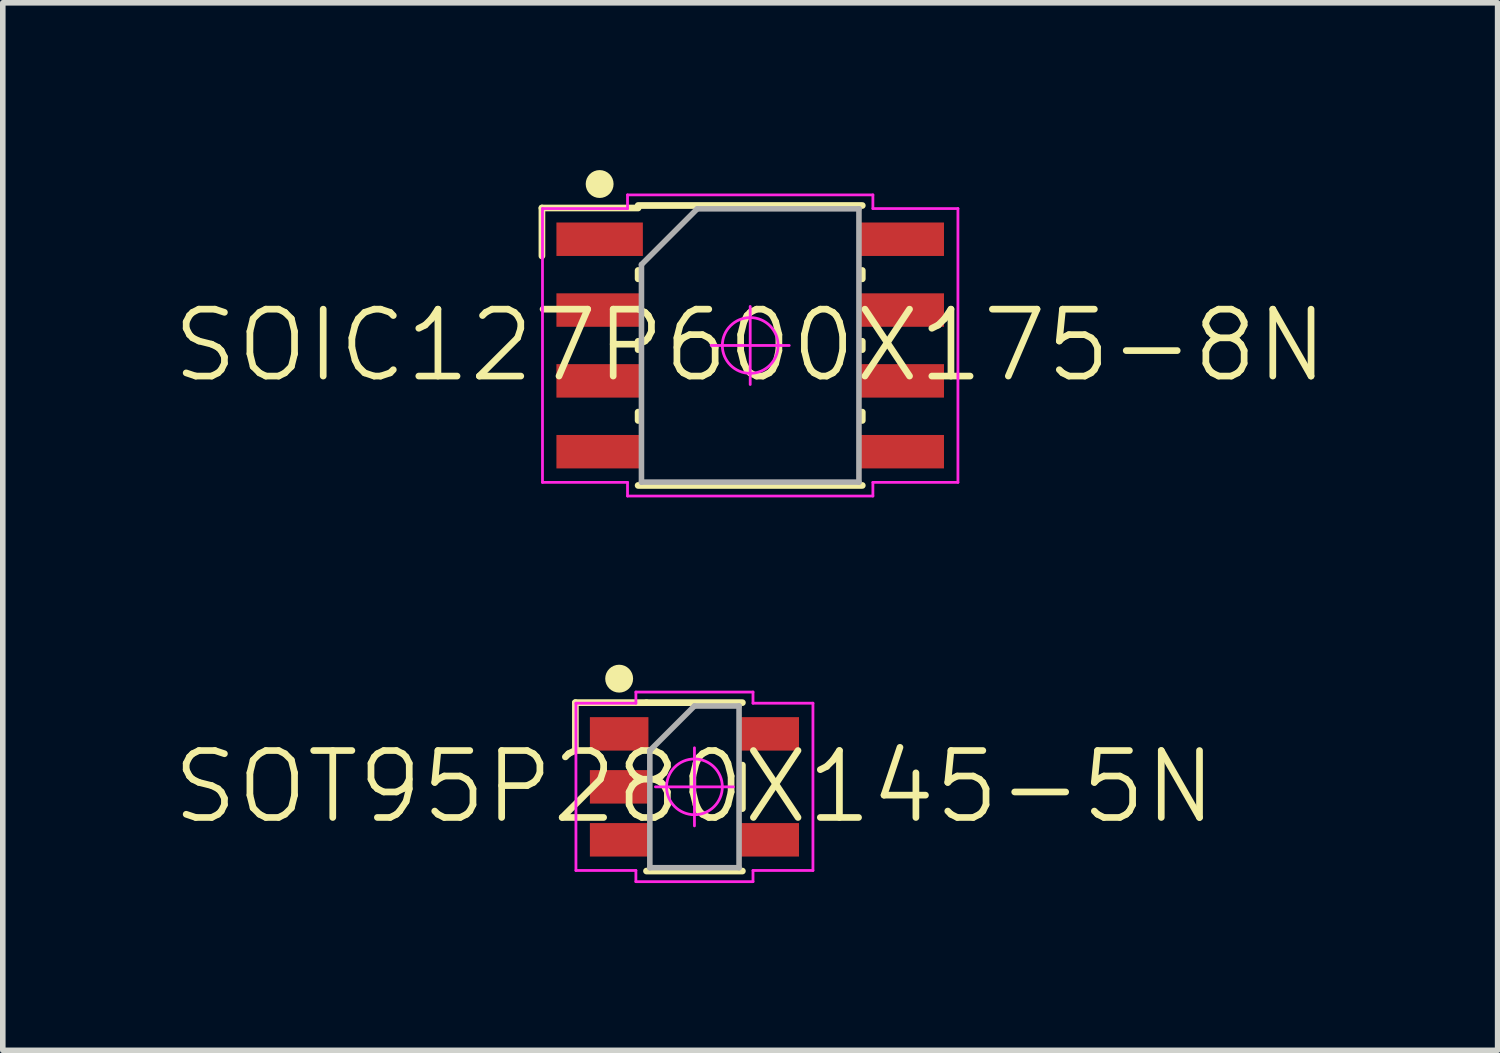
<source format=kicad_pcb>
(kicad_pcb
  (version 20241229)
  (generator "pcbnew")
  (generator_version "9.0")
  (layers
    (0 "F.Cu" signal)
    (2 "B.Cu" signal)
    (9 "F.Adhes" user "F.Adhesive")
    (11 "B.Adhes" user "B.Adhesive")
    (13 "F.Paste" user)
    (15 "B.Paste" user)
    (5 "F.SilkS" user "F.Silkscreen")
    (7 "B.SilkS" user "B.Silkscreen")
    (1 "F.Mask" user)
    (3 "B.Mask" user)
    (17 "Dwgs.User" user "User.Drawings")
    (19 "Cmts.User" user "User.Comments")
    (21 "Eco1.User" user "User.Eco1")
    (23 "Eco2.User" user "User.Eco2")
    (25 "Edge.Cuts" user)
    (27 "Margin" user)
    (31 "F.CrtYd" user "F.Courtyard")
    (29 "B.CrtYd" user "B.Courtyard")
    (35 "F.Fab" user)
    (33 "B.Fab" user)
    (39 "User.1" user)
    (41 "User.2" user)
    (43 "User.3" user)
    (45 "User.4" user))
  (footprint "SOT95P280X145-5N"
    (layer "F.Cu")
    (at 9.403 11.06)
    (property "Reference" "SOT95P280X145-5N" (at 0 0 0) (layer "F.SilkS") (effects (font (size 1.2 1.2) (thickness 0.12))))
    (attr smd)
    (fp_line (start -2.135 -1.51) (end -2.135 -0.65) (stroke (width 0.12) (type solid)) (layer "F.SilkS"))
    (fp_line (start -0.86 -1.51) (end -2.135 -1.51) (stroke (width 0.12) (type solid)) (layer "F.SilkS"))
    (fp_line (start -0.86 -1.51) (end 0.86 -1.51) (stroke (width 0.12) (type solid)) (layer "F.SilkS"))
    (fp_line (start 0.86 -0.39) (end 0.86 0.39) (stroke (width 0.12) (type solid)) (layer "F.SilkS"))
    (fp_line (start 0.86 1.51) (end -0.86 1.51) (stroke (width 0.12) (type solid)) (layer "F.SilkS"))
    (fp_circle (center -1.35 -1.94) (end -1.35 -1.815) (stroke (width 0.25) (type solid)) (fill no) (layer "F.SilkS"))
    (fp_line (start -2.125 -1.5) (end -1.05 -1.5) (stroke (width 0.05) (type solid)) (layer "F.CrtYd"))
    (fp_line (start -2.125 1.5) (end -2.125 -1.5) (stroke (width 0.05) (type solid)) (layer "F.CrtYd"))
    (fp_line (start -1.05 -1.7) (end 1.05 -1.7) (stroke (width 0.05) (type solid)) (layer "F.CrtYd"))
    (fp_line (start -1.05 -1.5) (end -1.05 -1.7) (stroke (width 0.05) (type solid)) (layer "F.CrtYd"))
    (fp_line (start -1.05 1.5) (end -2.125 1.5) (stroke (width 0.05) (type solid)) (layer "F.CrtYd"))
    (fp_line (start -1.05 1.7) (end -1.05 1.5) (stroke (width 0.05) (type solid)) (layer "F.CrtYd"))
    (fp_line (start -0.7 0) (end 0.7 0) (stroke (width 0.05) (type solid)) (layer "F.CrtYd"))
    (fp_line (start 0 -0.7) (end 0 0.7) (stroke (width 0.05) (type solid)) (layer "F.CrtYd"))
    (fp_line (start 1.05 -1.7) (end 1.05 -1.5) (stroke (width 0.05) (type solid)) (layer "F.CrtYd"))
    (fp_line (start 1.05 -1.5) (end 2.125 -1.5) (stroke (width 0.05) (type solid)) (layer "F.CrtYd"))
    (fp_line (start 1.05 1.5) (end 1.05 1.7) (stroke (width 0.05) (type solid)) (layer "F.CrtYd"))
    (fp_line (start 1.05 1.7) (end -1.05 1.7) (stroke (width 0.05) (type solid)) (layer "F.CrtYd"))
    (fp_line (start 2.125 -1.5) (end 2.125 1.5) (stroke (width 0.05) (type solid)) (layer "F.CrtYd"))
    (fp_line (start 2.125 1.5) (end 1.05 1.5) (stroke (width 0.05) (type solid)) (layer "F.CrtYd"))
    (fp_circle (center 0 0) (end 0 0.5) (stroke (width 0.05) (type solid)) (fill no) (layer "F.CrtYd"))
    (fp_line (start -0.8 -0.65) (end 0 -1.45) (stroke (width 0.1) (type solid)) (layer "F.Fab"))
    (fp_line (start -0.8 1.45) (end -0.8 -0.65) (stroke (width 0.1) (type solid)) (layer "F.Fab"))
    (fp_line (start 0 -1.45) (end 0.8 -1.45) (stroke (width 0.1) (type solid)) (layer "F.Fab"))
    (fp_line (start 0.8 -1.45) (end 0.8 1.45) (stroke (width 0.1) (type solid)) (layer "F.Fab"))
    (fp_line (start 0.8 1.45) (end -0.8 1.45) (stroke (width 0.1) (type solid)) (layer "F.Fab"))
    (pad "1" smd rect (at -1.35 -0.95) (size 1.05 0.6) (layers "F.Cu" "F.Mask" "F.Paste"))
    (pad "2" smd rect (at -1.35 0) (size 1.05 0.6) (layers "F.Cu" "F.Mask" "F.Paste"))
    (pad "3" smd rect (at -1.35 0.95) (size 1.05 0.6) (layers "F.Cu" "F.Mask" "F.Paste"))
    (pad "4" smd rect (at 1.35 0.95) (size 1.05 0.6) (layers "F.Cu" "F.Mask" "F.Paste"))
    (pad "5" smd rect (at 1.35 -0.95) (size 1.05 0.6) (layers "F.Cu" "F.Mask" "F.Paste")))
  (footprint "SOIC127P600X175-8N"
    (layer "F.Cu")
    (at 10.403 3.145)
    (property "Reference" "SOIC127P600X175-8N" (at 0 0 0) (layer "F.SilkS") (effects (font (size 1.2 1.2) (thickness 0.12))))
    (attr smd)
    (fp_line (start -3.735 -2.465) (end -3.735 -1.605) (stroke (width 0.12) (type solid)) (layer "F.SilkS"))
    (fp_line (start -2.01 -2.51) (end 2.01 -2.51) (stroke (width 0.12) (type solid)) (layer "F.SilkS"))
    (fp_line (start -2.01 -2.465) (end -3.735 -2.465) (stroke (width 0.12) (type solid)) (layer "F.SilkS"))
    (fp_line (start -2.01 -1.345) (end -2.01 -1.195) (stroke (width 0.12) (type solid)) (layer "F.SilkS"))
    (fp_line (start -2.01 -0.075) (end -2.01 0.075) (stroke (width 0.12) (type solid)) (layer "F.SilkS"))
    (fp_line (start -2.01 1.195) (end -2.01 1.345) (stroke (width 0.12) (type solid)) (layer "F.SilkS"))
    (fp_line (start 2.01 -1.345) (end 2.01 -1.195) (stroke (width 0.12) (type solid)) (layer "F.SilkS"))
    (fp_line (start 2.01 -0.075) (end 2.01 0.075) (stroke (width 0.12) (type solid)) (layer "F.SilkS"))
    (fp_line (start 2.01 1.195) (end 2.01 1.345) (stroke (width 0.12) (type solid)) (layer "F.SilkS"))
    (fp_line (start 2.01 2.51) (end -2.01 2.51) (stroke (width 0.12) (type solid)) (layer "F.SilkS"))
    (fp_circle (center -2.7 -2.895) (end -2.7 -2.77) (stroke (width 0.25) (type solid)) (fill no) (layer "F.SilkS"))
    (fp_line (start -3.725 -2.455) (end -2.2 -2.455) (stroke (width 0.05) (type solid)) (layer "F.CrtYd"))
    (fp_line (start -3.725 2.455) (end -3.725 -2.455) (stroke (width 0.05) (type solid)) (layer "F.CrtYd"))
    (fp_line (start -2.2 -2.7) (end 2.2 -2.7) (stroke (width 0.05) (type solid)) (layer "F.CrtYd"))
    (fp_line (start -2.2 -2.455) (end -2.2 -2.7) (stroke (width 0.05) (type solid)) (layer "F.CrtYd"))
    (fp_line (start -2.2 2.455) (end -3.725 2.455) (stroke (width 0.05) (type solid)) (layer "F.CrtYd"))
    (fp_line (start -2.2 2.7) (end -2.2 2.455) (stroke (width 0.05) (type solid)) (layer "F.CrtYd"))
    (fp_line (start -0.7 0) (end 0.7 0) (stroke (width 0.05) (type solid)) (layer "F.CrtYd"))
    (fp_line (start 0 -0.7) (end 0 0.7) (stroke (width 0.05) (type solid)) (layer "F.CrtYd"))
    (fp_line (start 2.2 -2.7) (end 2.2 -2.455) (stroke (width 0.05) (type solid)) (layer "F.CrtYd"))
    (fp_line (start 2.2 -2.455) (end 3.725 -2.455) (stroke (width 0.05) (type solid)) (layer "F.CrtYd"))
    (fp_line (start 2.2 2.455) (end 2.2 2.7) (stroke (width 0.05) (type solid)) (layer "F.CrtYd"))
    (fp_line (start 2.2 2.7) (end -2.2 2.7) (stroke (width 0.05) (type solid)) (layer "F.CrtYd"))
    (fp_line (start 3.725 -2.455) (end 3.725 2.455) (stroke (width 0.05) (type solid)) (layer "F.CrtYd"))
    (fp_line (start 3.725 2.455) (end 2.2 2.455) (stroke (width 0.05) (type solid)) (layer "F.CrtYd"))
    (fp_circle (center 0 0) (end 0 0.5) (stroke (width 0.05) (type solid)) (fill no) (layer "F.CrtYd"))
    (fp_line (start -1.95 -1.45) (end -0.95 -2.45) (stroke (width 0.1) (type solid)) (layer "F.Fab"))
    (fp_line (start -1.95 2.45) (end -1.95 -1.45) (stroke (width 0.1) (type solid)) (layer "F.Fab"))
    (fp_line (start -0.95 -2.45) (end 1.95 -2.45) (stroke (width 0.1) (type solid)) (layer "F.Fab"))
    (fp_line (start 1.95 -2.45) (end 1.95 2.45) (stroke (width 0.1) (type solid)) (layer "F.Fab"))
    (fp_line (start 1.95 2.45) (end -1.95 2.45) (stroke (width 0.1) (type solid)) (layer "F.Fab"))
    (pad "1" smd rect (at -2.7 -1.905) (size 1.55 0.6) (layers "F.Cu" "F.Mask" "F.Paste"))
    (pad "2" smd rect (at -2.7 -0.635) (size 1.55 0.6) (layers "F.Cu" "F.Mask" "F.Paste"))
    (pad "3" smd rect (at -2.7 0.635) (size 1.55 0.6) (layers "F.Cu" "F.Mask" "F.Paste"))
    (pad "4" smd rect (at -2.7 1.905) (size 1.55 0.6) (layers "F.Cu" "F.Mask" "F.Paste"))
    (pad "5" smd rect (at 2.7 1.905) (size 1.55 0.6) (layers "F.Cu" "F.Mask" "F.Paste"))
    (pad "6" smd rect (at 2.7 0.635) (size 1.55 0.6) (layers "F.Cu" "F.Mask" "F.Paste"))
    (pad "7" smd rect (at 2.7 -0.635) (size 1.55 0.6) (layers "F.Cu" "F.Mask" "F.Paste"))
    (pad "8" smd rect (at 2.7 -1.905) (size 1.55 0.6) (layers "F.Cu" "F.Mask" "F.Paste")))
  (gr_rect
    (start -3 -3)
    (end 23.806 15.785)
    (stroke (width 0.1) (type default))
    (fill no)
    (layer "Edge.Cuts")))
</source>
